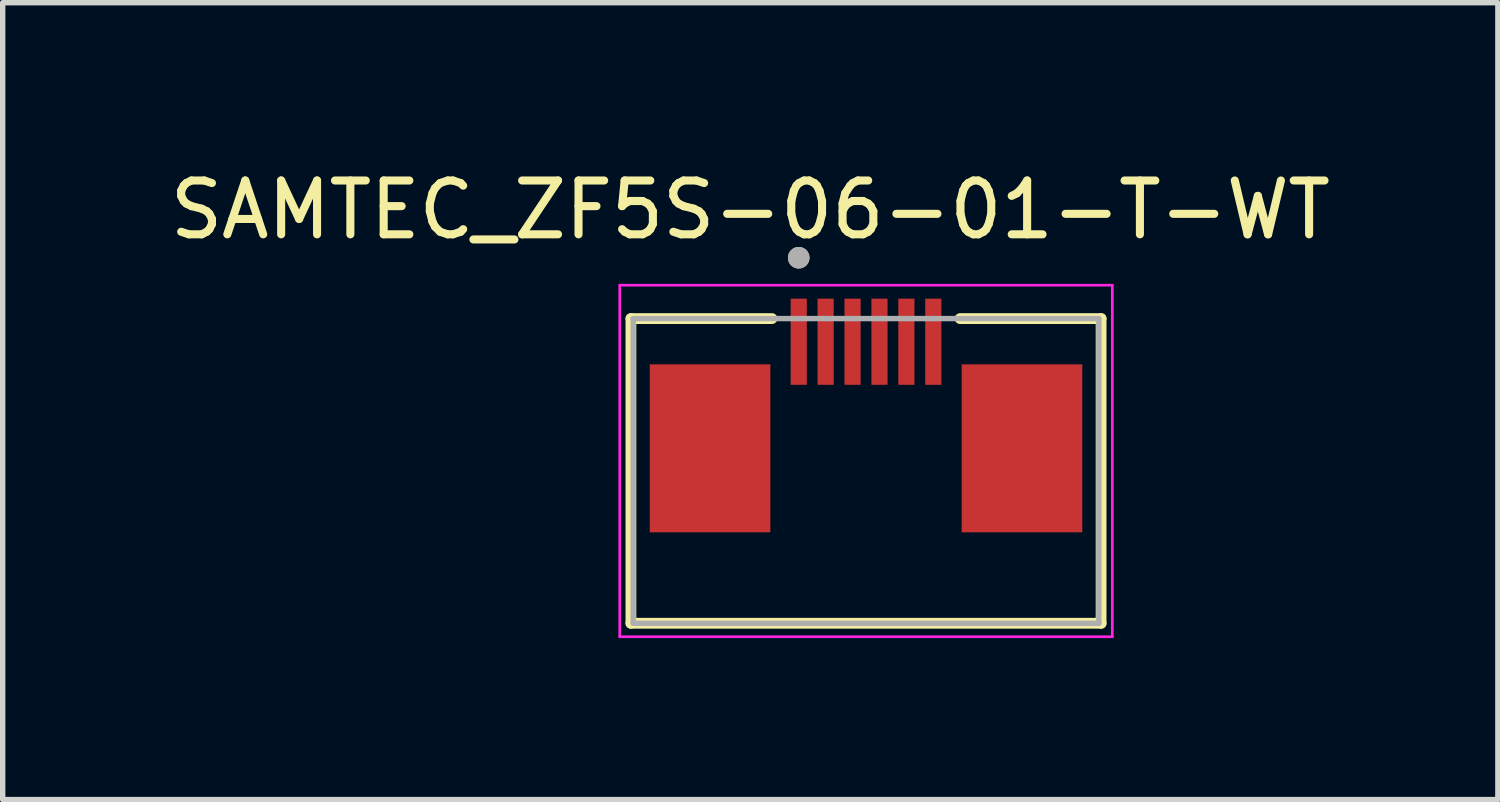
<source format=kicad_pcb>
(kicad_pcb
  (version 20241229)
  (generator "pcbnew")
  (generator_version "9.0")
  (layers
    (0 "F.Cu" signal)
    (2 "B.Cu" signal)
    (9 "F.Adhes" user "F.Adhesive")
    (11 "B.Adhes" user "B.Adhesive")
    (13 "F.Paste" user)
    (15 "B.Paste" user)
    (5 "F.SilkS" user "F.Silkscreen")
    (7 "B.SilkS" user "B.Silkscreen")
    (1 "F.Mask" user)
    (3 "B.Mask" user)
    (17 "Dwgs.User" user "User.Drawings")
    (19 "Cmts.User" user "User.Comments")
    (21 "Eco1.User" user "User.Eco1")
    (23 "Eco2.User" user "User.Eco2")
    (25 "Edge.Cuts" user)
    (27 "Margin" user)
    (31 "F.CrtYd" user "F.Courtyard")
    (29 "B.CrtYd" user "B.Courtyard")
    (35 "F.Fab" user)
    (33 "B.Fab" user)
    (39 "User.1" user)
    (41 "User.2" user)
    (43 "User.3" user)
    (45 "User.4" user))
  (footprint "SAMTEC_ZF5S-06-01-T-WT"
    (layer "F.Cu")
    (at 13.037 5.278)
    (property "Reference" "SAMTEC_ZF5S-06-01-T-WT" (at -2.15 -4.43 0) (layer "F.SilkS") (effects (font (size 1 1) (thickness 0.15))))
    (attr smd)
    (fp_line (start -4.367 -2.41) (end -4.367 3.25) (stroke (width 0.2) (type solid)) (layer "F.SilkS"))
    (fp_line (start -4.367 -2.41) (end -1.747 -2.41) (stroke (width 0.2) (type solid)) (layer "F.SilkS"))
    (fp_line (start -4.367 3.25) (end 4.367 3.25) (stroke (width 0.2) (type solid)) (layer "F.SilkS"))
    (fp_line (start 4.367 -2.41) (end 1.747 -2.41) (stroke (width 0.2) (type solid)) (layer "F.SilkS"))
    (fp_line (start 4.367 -2.41) (end 4.367 3.25) (stroke (width 0.2) (type solid)) (layer "F.SilkS"))
    (fp_circle (center -1.25 -3.54) (end -1.15 -3.54) (stroke (width 0.2) (type solid)) (fill no) (layer "F.SilkS"))
    (fp_line (start -4.575 -3.03) (end 4.575 -3.03) (stroke (width 0.05) (type solid)) (layer "F.CrtYd"))
    (fp_line (start -4.575 3.5) (end -4.575 -3.03) (stroke (width 0.05) (type solid)) (layer "F.CrtYd"))
    (fp_line (start 4.575 -3.03) (end 4.575 3.5) (stroke (width 0.05) (type solid)) (layer "F.CrtYd"))
    (fp_line (start 4.575 3.5) (end -4.575 3.5) (stroke (width 0.05) (type solid)) (layer "F.CrtYd"))
    (fp_line (start -4.325 -2.41) (end 4.325 -2.41) (stroke (width 0.1) (type solid)) (layer "F.Fab"))
    (fp_line (start -4.325 3.25) (end -4.325 -2.41) (stroke (width 0.1) (type solid)) (layer "F.Fab"))
    (fp_line (start 4.325 -2.41) (end 4.325 3.25) (stroke (width 0.1) (type solid)) (layer "F.Fab"))
    (fp_line (start 4.325 3.25) (end -4.325 3.25) (stroke (width 0.1) (type solid)) (layer "F.Fab"))
    (fp_circle (center -1.25 -3.54) (end -1.15 -3.54) (stroke (width 0.2) (type solid)) (fill no) (layer "F.Fab"))
    (pad "01" smd rect (at -1.25 -1.98) (size 0.3 1.6) (layers "F.Cu" "F.Mask" "F.Paste"))
    (pad "02" smd rect (at -0.75 -1.98) (size 0.3 1.6) (layers "F.Cu" "F.Mask" "F.Paste"))
    (pad "03" smd rect (at -0.25 -1.98) (size 0.3 1.6) (layers "F.Cu" "F.Mask" "F.Paste"))
    (pad "04" smd rect (at 0.25 -1.98) (size 0.3 1.6) (layers "F.Cu" "F.Mask" "F.Paste"))
    (pad "05" smd rect (at 0.75 -1.98) (size 0.3 1.6) (layers "F.Cu" "F.Mask" "F.Paste"))
    (pad "06" smd rect (at 1.25 -1.98) (size 0.3 1.6) (layers "F.Cu" "F.Mask" "F.Paste"))
    (pad "S1" smd rect (at -2.897 0) (size 2.24 3.12) (layers "F.Cu" "F.Mask" "F.Paste"))
    (pad "S2" smd rect (at 2.897 0) (size 2.24 3.12) (layers "F.Cu" "F.Mask" "F.Paste")))
  (gr_rect
    (start -3 -3)
    (end 24.774 11.803)
    (stroke (width 0.1) (type default))
    (fill no)
    (layer "Edge.Cuts")))
</source>
